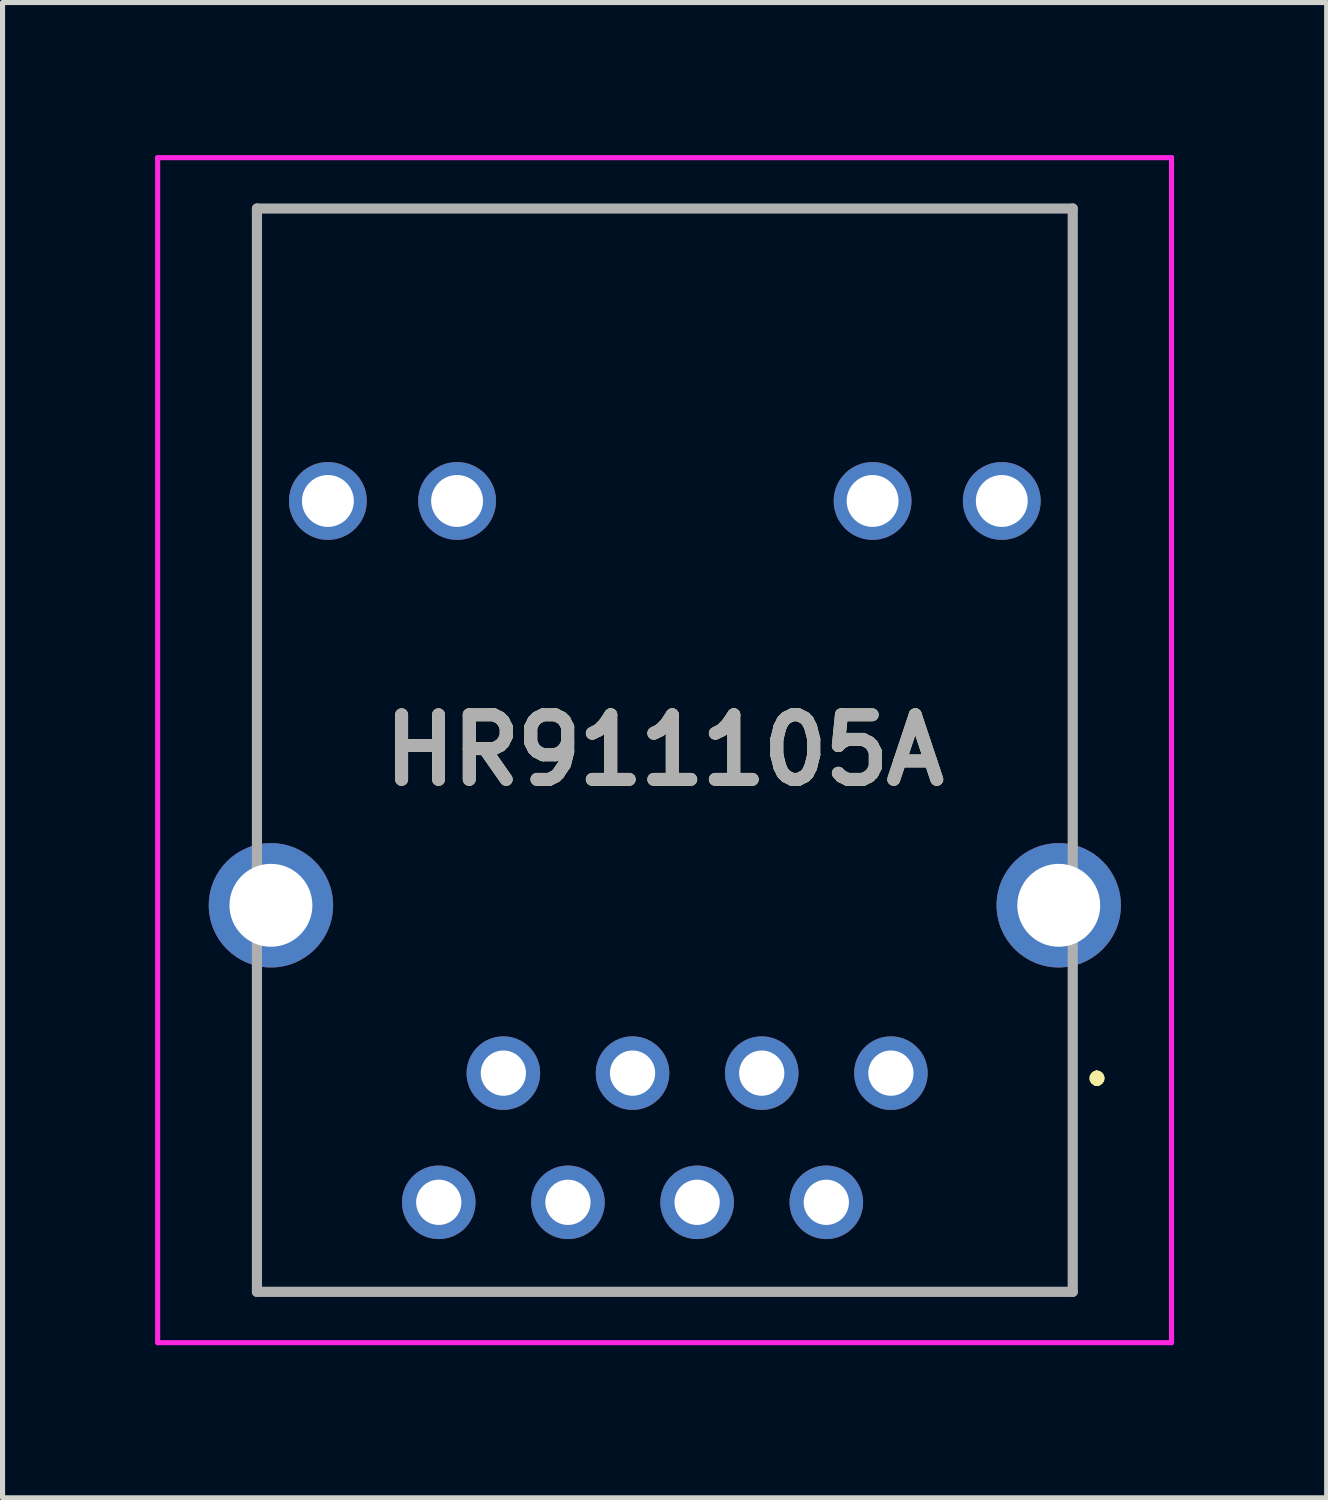
<source format=kicad_pcb>
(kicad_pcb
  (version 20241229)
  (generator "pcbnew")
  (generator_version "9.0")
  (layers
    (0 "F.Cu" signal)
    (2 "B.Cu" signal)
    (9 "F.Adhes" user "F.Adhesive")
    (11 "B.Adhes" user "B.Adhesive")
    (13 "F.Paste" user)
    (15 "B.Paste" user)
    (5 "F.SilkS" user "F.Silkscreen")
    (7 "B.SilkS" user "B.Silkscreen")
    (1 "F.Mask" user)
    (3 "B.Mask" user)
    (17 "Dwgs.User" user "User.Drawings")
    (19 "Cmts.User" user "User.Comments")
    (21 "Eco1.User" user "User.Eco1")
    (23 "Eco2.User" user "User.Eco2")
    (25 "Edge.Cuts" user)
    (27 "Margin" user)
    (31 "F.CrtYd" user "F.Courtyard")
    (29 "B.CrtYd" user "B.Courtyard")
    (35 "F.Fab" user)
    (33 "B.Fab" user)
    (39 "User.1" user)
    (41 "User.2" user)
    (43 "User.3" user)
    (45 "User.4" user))
  (footprint "HR911105A"
    (layer "F.Cu")
    (at 14.467 18.05)
    (property "Reference" "HR911105A" (at -4.45 -6.35 0) (layer "F.SilkS") (effects (font (size 1.27 1.27) (thickness 0.254))))
    (attr through_hole)
    (fp_line (start -12.465 -17) (end -12.465 -17) (stroke (width 0.1) (type solid)) (layer "F.SilkS"))
    (fp_line (start -12.465 -17) (end -12.465 -5.35) (stroke (width 0.1) (type solid)) (layer "F.SilkS"))
    (fp_line (start -12.465 -5.35) (end -12.465 -17) (stroke (width 0.1) (type solid)) (layer "F.SilkS"))
    (fp_line (start -12.465 -5.35) (end -12.465 -5.35) (stroke (width 0.1) (type solid)) (layer "F.SilkS"))
    (fp_line (start -12.465 -1.1) (end -12.465 -1.1) (stroke (width 0.1) (type solid)) (layer "F.SilkS"))
    (fp_line (start -12.465 -1.1) (end -12.465 4.3) (stroke (width 0.1) (type solid)) (layer "F.SilkS"))
    (fp_line (start -12.465 4.3) (end -12.465 -1.1) (stroke (width 0.1) (type solid)) (layer "F.SilkS"))
    (fp_line (start -12.465 4.3) (end -12.465 4.3) (stroke (width 0.1) (type solid)) (layer "F.SilkS"))
    (fp_line (start 3.575 -17) (end 3.575 -17) (stroke (width 0.1) (type solid)) (layer "F.SilkS"))
    (fp_line (start 3.575 -17) (end 3.575 -5.6) (stroke (width 0.1) (type solid)) (layer "F.SilkS"))
    (fp_line (start 3.575 -5.6) (end 3.575 -17) (stroke (width 0.1) (type solid)) (layer "F.SilkS"))
    (fp_line (start 3.575 -5.6) (end 3.575 -5.6) (stroke (width 0.1) (type solid)) (layer "F.SilkS"))
    (fp_line (start 3.575 -1.1) (end 3.575 -1.1) (stroke (width 0.1) (type solid)) (layer "F.SilkS"))
    (fp_line (start 3.575 -1.1) (end 3.575 4.3) (stroke (width 0.1) (type solid)) (layer "F.SilkS"))
    (fp_line (start 3.575 4.3) (end 3.575 -1.1) (stroke (width 0.1) (type solid)) (layer "F.SilkS"))
    (fp_line (start 3.575 4.3) (end 3.575 4.3) (stroke (width 0.1) (type solid)) (layer "F.SilkS"))
    (fp_line (start 4.05 0.05) (end 4.05 0.05) (stroke (width 0.2) (type solid)) (layer "F.SilkS"))
    (fp_line (start 4.05 0.15) (end 4.05 0.15) (stroke (width 0.2) (type solid)) (layer "F.SilkS"))
    (fp_line (start 4.05 0.15) (end 4.05 0.15) (stroke (width 0.2) (type solid)) (layer "F.SilkS"))
    (fp_arc (start 4.05 0.05) (mid 4.1 0.1) (end 4.05 0.15) (stroke (width 0.2) (type solid)) (layer "F.SilkS"))
    (fp_arc (start 4.05 0.05) (mid 4.1 0.1) (end 4.05 0.15) (stroke (width 0.2) (type solid)) (layer "F.SilkS"))
    (fp_arc (start 4.05 0.15) (mid 4 0.1) (end 4.05 0.05) (stroke (width 0.2) (type solid)) (layer "F.SilkS"))
    (fp_line (start -14.417 -18) (end 5.518 -18) (stroke (width 0.1) (type solid)) (layer "F.CrtYd"))
    (fp_line (start -14.417 5.3) (end -14.417 -18) (stroke (width 0.1) (type solid)) (layer "F.CrtYd"))
    (fp_line (start 5.518 -18) (end 5.518 5.3) (stroke (width 0.1) (type solid)) (layer "F.CrtYd"))
    (fp_line (start 5.518 5.3) (end -14.417 5.3) (stroke (width 0.1) (type solid)) (layer "F.CrtYd"))
    (fp_line (start -12.465 -17) (end -12.465 4.3) (stroke (width 0.2) (type solid)) (layer "F.Fab"))
    (fp_line (start -12.465 4.3) (end 3.575 4.3) (stroke (width 0.2) (type solid)) (layer "F.Fab"))
    (fp_line (start 3.575 -17) (end -12.465 -17) (stroke (width 0.2) (type solid)) (layer "F.Fab"))
    (fp_line (start 3.575 4.3) (end 3.575 -17) (stroke (width 0.2) (type solid)) (layer "F.Fab"))
    (fp_text user "${REFERENCE}" (at -4.45 -6.35 0) (layer "F.Fab") (effects (font (size 1.27 1.27) (thickness 0.254))))
    (pad "" np_thru_hole circle (at -10.16 -6.35) (size 0.001 0.001) (drill 3.25) (layers "*.Cu" "*.Mask"))
    (pad "" np_thru_hole circle (at 1.27 -6.35) (size 0.001 0.001) (drill 3.25) (layers "*.Cu" "*.Mask"))
    (pad "1" thru_hole circle (at 0 0) (size 1.446 1.446) (drill 0.89) (layers "*.Cu" "*.Mask"))
    (pad "2" thru_hole circle (at -1.27 2.54) (size 1.446 1.446) (drill 0.89) (layers "*.Cu" "*.Mask"))
    (pad "3" thru_hole circle (at -2.54 0) (size 1.446 1.446) (drill 0.89) (layers "*.Cu" "*.Mask"))
    (pad "4" thru_hole circle (at -3.81 2.54) (size 1.446 1.446) (drill 0.89) (layers "*.Cu" "*.Mask"))
    (pad "5" thru_hole circle (at -5.08 0) (size 1.446 1.446) (drill 0.89) (layers "*.Cu" "*.Mask"))
    (pad "6" thru_hole circle (at -6.35 2.54) (size 1.446 1.446) (drill 0.89) (layers "*.Cu" "*.Mask"))
    (pad "7" thru_hole circle (at -7.62 0) (size 1.446 1.446) (drill 0.89) (layers "*.Cu" "*.Mask"))
    (pad "8" thru_hole circle (at -8.89 2.54) (size 1.446 1.446) (drill 0.89) (layers "*.Cu" "*.Mask"))
    (pad "9" thru_hole circle (at 2.18 -11.25) (size 1.53 1.53) (drill 1.02) (layers "*.Cu" "*.Mask"))
    (pad "10" thru_hole circle (at -0.36 -11.25) (size 1.53 1.53) (drill 1.02) (layers "*.Cu" "*.Mask"))
    (pad "11" thru_hole circle (at -8.53 -11.25) (size 1.53 1.53) (drill 1.02) (layers "*.Cu" "*.Mask"))
    (pad "12" thru_hole circle (at -11.07 -11.25) (size 1.53 1.53) (drill 1.02) (layers "*.Cu" "*.Mask"))
    (pad "MH1" thru_hole circle (at 3.3 -3.3) (size 2.445 2.445) (drill 1.63) (layers "*.Cu" "*.Mask"))
    (pad "MH2" thru_hole circle (at -12.19 -3.3) (size 2.445 2.445) (drill 1.63) (layers "*.Cu" "*.Mask")))
  (gr_rect
    (start -3 -3)
    (end 23.035 26.4)
    (stroke (width 0.1) (type default))
    (fill no)
    (layer "Edge.Cuts")))
</source>
